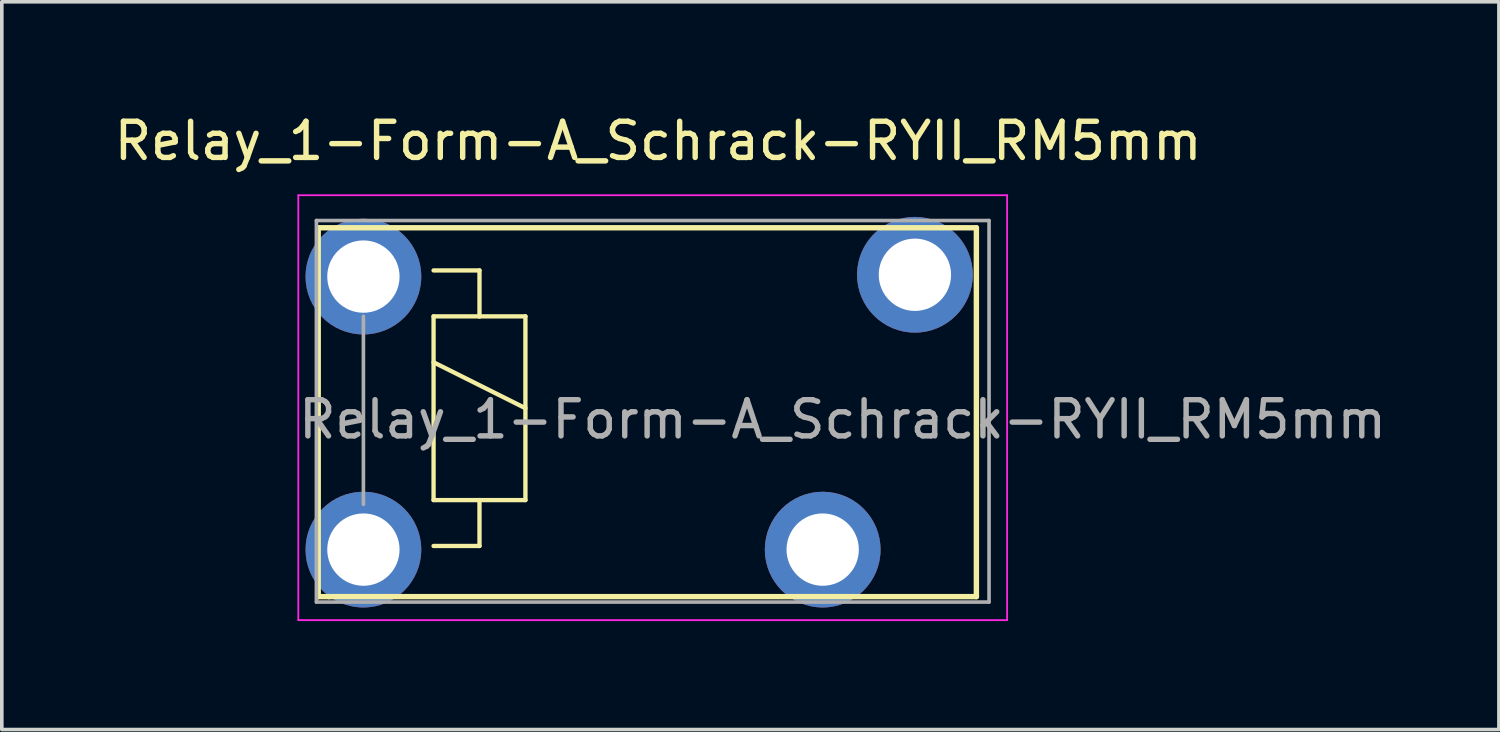
<source format=kicad_pcb>
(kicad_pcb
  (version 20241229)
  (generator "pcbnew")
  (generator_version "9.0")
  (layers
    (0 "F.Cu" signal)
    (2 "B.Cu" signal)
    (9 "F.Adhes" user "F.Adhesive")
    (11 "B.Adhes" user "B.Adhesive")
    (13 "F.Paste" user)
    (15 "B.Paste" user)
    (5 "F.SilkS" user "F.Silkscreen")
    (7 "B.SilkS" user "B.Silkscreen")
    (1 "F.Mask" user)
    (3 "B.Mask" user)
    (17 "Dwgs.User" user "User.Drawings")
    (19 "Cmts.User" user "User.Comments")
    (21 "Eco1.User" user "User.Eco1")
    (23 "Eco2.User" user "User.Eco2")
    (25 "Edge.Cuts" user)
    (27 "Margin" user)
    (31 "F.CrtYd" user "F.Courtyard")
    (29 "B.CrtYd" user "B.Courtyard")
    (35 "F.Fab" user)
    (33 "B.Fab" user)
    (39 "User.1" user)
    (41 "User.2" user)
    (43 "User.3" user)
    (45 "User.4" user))
  (footprint "Relay_1-Form-A_Schrack-RYII_RM5mm"
    (layer "F.Cu")
    (at 9.249 12.348)
    (property "Reference" "Relay_1-Form-A_Schrack-RYII_RM5mm" (at 5.9 -11.5 0) (layer "F.SilkS") (effects (font (size 1 1) (thickness 0.15))))
    (attr through_hole)
    (fp_line (start -3.5 -9.1) (end 14.7 -9.1) (stroke (width 0.15) (type solid)) (layer "F.SilkS"))
    (fp_line (start -3.5 1.1) (end -3.5 -9.1) (stroke (width 0.15) (type solid)) (layer "F.SilkS"))
    (fp_line (start -3.2 1.1) (end -3.5 1.1) (stroke (width 0.15) (type solid)) (layer "F.SilkS"))
    (fp_line (start -0.31 -7.92) (end 0.96 -7.92) (stroke (width 0.12) (type solid)) (layer "F.SilkS"))
    (fp_line (start -0.31 -6.65) (end 0.96 -6.65) (stroke (width 0.12) (type solid)) (layer "F.SilkS"))
    (fp_line (start -0.31 -5.38) (end 2.23 -4.11) (stroke (width 0.12) (type solid)) (layer "F.SilkS"))
    (fp_line (start -0.31 -1.57) (end -0.31 -6.65) (stroke (width 0.12) (type solid)) (layer "F.SilkS"))
    (fp_line (start 0.96 -7.92) (end 0.96 -6.65) (stroke (width 0.12) (type solid)) (layer "F.SilkS"))
    (fp_line (start 0.96 -6.65) (end 2.23 -6.65) (stroke (width 0.12) (type solid)) (layer "F.SilkS"))
    (fp_line (start 0.96 -1.57) (end 0.96 -0.3) (stroke (width 0.12) (type solid)) (layer "F.SilkS"))
    (fp_line (start 0.96 -0.3) (end -0.31 -0.3) (stroke (width 0.12) (type solid)) (layer "F.SilkS"))
    (fp_line (start 2.23 -6.65) (end 2.23 -1.57) (stroke (width 0.12) (type solid)) (layer "F.SilkS"))
    (fp_line (start 2.23 -1.57) (end -0.31 -1.57) (stroke (width 0.12) (type solid)) (layer "F.SilkS"))
    (fp_line (start 14.7 -9.1) (end 14.7 1.1) (stroke (width 0.15) (type solid)) (layer "F.SilkS"))
    (fp_line (start 14.7 1.1) (end -3.2 1.1) (stroke (width 0.15) (type solid)) (layer "F.SilkS"))
    (fp_line (start -4.05 -10) (end -4.05 1.75) (stroke (width 0.05) (type solid)) (layer "F.CrtYd"))
    (fp_line (start -4.05 1.75) (end 15.55 1.75) (stroke (width 0.05) (type solid)) (layer "F.CrtYd"))
    (fp_line (start 15.55 -10) (end -4.05 -10) (stroke (width 0.05) (type solid)) (layer "F.CrtYd"))
    (fp_line (start 15.55 1.75) (end 15.55 -10) (stroke (width 0.05) (type solid)) (layer "F.CrtYd"))
    (fp_line (start -3.55 -9.3) (end 15.05 -9.3) (stroke (width 0.1) (type solid)) (layer "F.Fab"))
    (fp_line (start -3.55 1.25) (end -3.55 -9.3) (stroke (width 0.1) (type solid)) (layer "F.Fab"))
    (fp_line (start -2.25 -6.65) (end -2.25 -1.45) (stroke (width 0.1) (type solid)) (layer "F.Fab"))
    (fp_line (start 15.05 -9.3) (end 15.05 1.25) (stroke (width 0.1) (type solid)) (layer "F.Fab"))
    (fp_line (start 15.05 1.25) (end -3.55 1.25) (stroke (width 0.1) (type solid)) (layer "F.Fab"))
    (fp_text user "${REFERENCE}" (at 11 -3.8 0) (layer "F.Fab") (effects (font (size 1 1) (thickness 0.15))))
    (pad "b1" thru_hole circle (at -2.25 -7.75) (size 3.2 3.2) (drill 2) (layers "*.Cu" "*.Mask"))
    (pad "b2" thru_hole circle (at -2.25 -0.2) (size 3.2 3.2) (drill 2) (layers "*.Cu" "*.Mask"))
    (pad "c1" thru_hole circle (at 13 -7.8) (size 3.2 3.2) (drill 2) (layers "*.Cu" "*.Mask"))
    (pad "c2" thru_hole circle (at 10.45 -0.2) (size 3.2 3.2) (drill 2) (layers "*.Cu" "*.Mask")))
  (gr_rect
    (start -3 -3)
    (end 38.398 17.123)
    (stroke (width 0.1) (type default))
    (fill no)
    (layer "Edge.Cuts")))
</source>
